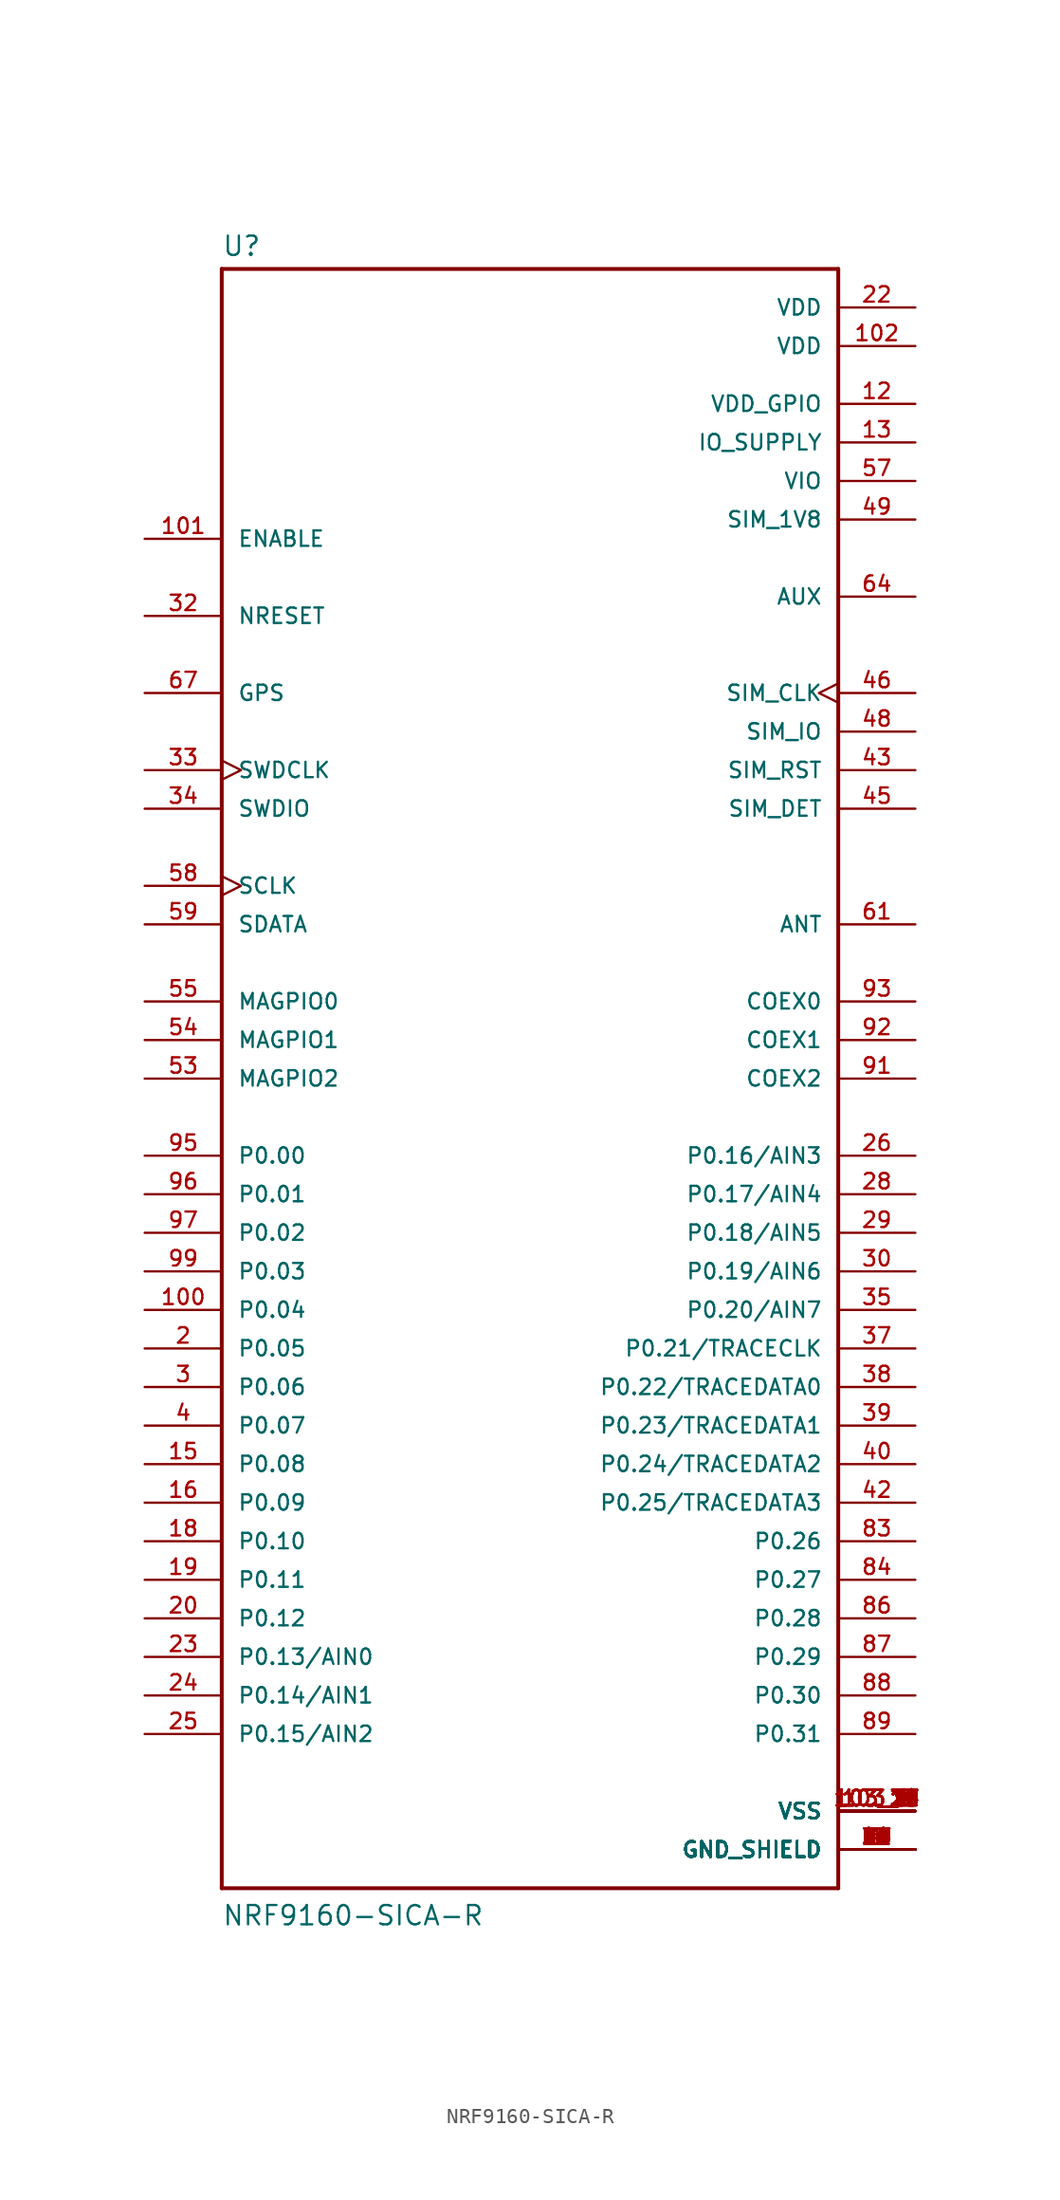
<source format=kicad_sym>
(kicad_symbol_lib
  (version 20201005)
  (generator kicad_symbol_editor)
  (symbol "NRF9160-SICA-R"
    (pin_names
      (offset 1.016))
    (property "Reference" "U"
      (at -20.32 54.102 0)
      (effects (font (size 1.27 1.27)) (justify left bottom)))
    (property "Value" "NRF9160-SICA-R"
      (at -20.32 -55.88 0)
      (effects (font (size 1.27 1.27)) (justify left bottom)))
    (property "ki_locked" ""
      (at 0 0 0)
      (effects (font (size 1.27 1.27))))
    (symbol "NRF9160-SICA-R_0_0"
      (polyline (pts (xy -20.32 -53.34) (xy -20.32 53.34)) (stroke (width 0.254)) (fill (type none)))
      (polyline (pts (xy -20.32 53.34) (xy 20.32 53.34)) (stroke (width 0.254)) (fill (type none)))
      (polyline (pts (xy 20.32 -53.34) (xy -20.32 -53.34)) (stroke (width 0.254)) (fill (type none)))
      (polyline (pts (xy 20.32 53.34) (xy 20.32 -53.34)) (stroke (width 0.254)) (fill (type none)))
      (pin power_in line (at 25.4 -50.8 180) (length 5.08) (name "GND_SHIELD" (effects (font (size 1.016 1.016)))) (number "1" (effects (font (size 1.016 1.016)))))
      (pin bidirectional line (at -25.4 -15.24 0) (length 5.08) (name "P0.04" (effects (font (size 1.016 1.016)))) (number "100" (effects (font (size 1.016 1.016)))))
      (pin input line (at -25.4 35.56 0) (length 5.08) (name "ENABLE" (effects (font (size 1.016 1.016)))) (number "101" (effects (font (size 1.016 1.016)))))
      (pin power_in line (at 25.4 48.26 180) (length 5.08) (name "VDD" (effects (font (size 1.016 1.016)))) (number "102" (effects (font (size 1.016 1.016)))))
      (pin power_in line (at 25.4 -48.26 180) (length 5.08) (name "VSS" (effects (font (size 1.016 1.016)))) (number "103_1" (effects (font (size 1.016 1.016)))))
      (pin power_in line (at 25.4 -48.26 180) (length 5.08) (name "VSS" (effects (font (size 1.016 1.016)))) (number "103_10" (effects (font (size 1.016 1.016)))))
      (pin power_in line (at 25.4 -48.26 180) (length 5.08) (name "VSS" (effects (font (size 1.016 1.016)))) (number "103_11" (effects (font (size 1.016 1.016)))))
      (pin power_in line (at 25.4 -48.26 180) (length 5.08) (name "VSS" (effects (font (size 1.016 1.016)))) (number "103_12" (effects (font (size 1.016 1.016)))))
      (pin power_in line (at 25.4 -48.26 180) (length 5.08) (name "VSS" (effects (font (size 1.016 1.016)))) (number "103_13" (effects (font (size 1.016 1.016)))))
      (pin power_in line (at 25.4 -48.26 180) (length 5.08) (name "VSS" (effects (font (size 1.016 1.016)))) (number "103_14" (effects (font (size 1.016 1.016)))))
      (pin power_in line (at 25.4 -48.26 180) (length 5.08) (name "VSS" (effects (font (size 1.016 1.016)))) (number "103_15" (effects (font (size 1.016 1.016)))))
      (pin power_in line (at 25.4 -48.26 180) (length 5.08) (name "VSS" (effects (font (size 1.016 1.016)))) (number "103_16" (effects (font (size 1.016 1.016)))))
      (pin power_in line (at 25.4 -48.26 180) (length 5.08) (name "VSS" (effects (font (size 1.016 1.016)))) (number "103_17" (effects (font (size 1.016 1.016)))))
      (pin power_in line (at 25.4 -48.26 180) (length 5.08) (name "VSS" (effects (font (size 1.016 1.016)))) (number "103_18" (effects (font (size 1.016 1.016)))))
      (pin power_in line (at 25.4 -48.26 180) (length 5.08) (name "VSS" (effects (font (size 1.016 1.016)))) (number "103_19" (effects (font (size 1.016 1.016)))))
      (pin power_in line (at 25.4 -48.26 180) (length 5.08) (name "VSS" (effects (font (size 1.016 1.016)))) (number "103_2" (effects (font (size 1.016 1.016)))))
      (pin power_in line (at 25.4 -48.26 180) (length 5.08) (name "VSS" (effects (font (size 1.016 1.016)))) (number "103_20" (effects (font (size 1.016 1.016)))))
      (pin power_in line (at 25.4 -48.26 180) (length 5.08) (name "VSS" (effects (font (size 1.016 1.016)))) (number "103_21" (effects (font (size 1.016 1.016)))))
      (pin power_in line (at 25.4 -48.26 180) (length 5.08) (name "VSS" (effects (font (size 1.016 1.016)))) (number "103_22" (effects (font (size 1.016 1.016)))))
      (pin power_in line (at 25.4 -48.26 180) (length 5.08) (name "VSS" (effects (font (size 1.016 1.016)))) (number "103_23" (effects (font (size 1.016 1.016)))))
      (pin power_in line (at 25.4 -48.26 180) (length 5.08) (name "VSS" (effects (font (size 1.016 1.016)))) (number "103_24" (effects (font (size 1.016 1.016)))))
      (pin power_in line (at 25.4 -48.26 180) (length 5.08) (name "VSS" (effects (font (size 1.016 1.016)))) (number "103_25" (effects (font (size 1.016 1.016)))))
      (pin power_in line (at 25.4 -48.26 180) (length 5.08) (name "VSS" (effects (font (size 1.016 1.016)))) (number "103_26" (effects (font (size 1.016 1.016)))))
      (pin power_in line (at 25.4 -48.26 180) (length 5.08) (name "VSS" (effects (font (size 1.016 1.016)))) (number "103_27" (effects (font (size 1.016 1.016)))))
      (pin power_in line (at 25.4 -48.26 180) (length 5.08) (name "VSS" (effects (font (size 1.016 1.016)))) (number "103_28" (effects (font (size 1.016 1.016)))))
      (pin power_in line (at 25.4 -48.26 180) (length 5.08) (name "VSS" (effects (font (size 1.016 1.016)))) (number "103_29" (effects (font (size 1.016 1.016)))))
      (pin power_in line (at 25.4 -48.26 180) (length 5.08) (name "VSS" (effects (font (size 1.016 1.016)))) (number "103_3" (effects (font (size 1.016 1.016)))))
      (pin power_in line (at 25.4 -48.26 180) (length 5.08) (name "VSS" (effects (font (size 1.016 1.016)))) (number "103_30" (effects (font (size 1.016 1.016)))))
      (pin power_in line (at 25.4 -48.26 180) (length 5.08) (name "VSS" (effects (font (size 1.016 1.016)))) (number "103_31" (effects (font (size 1.016 1.016)))))
      (pin power_in line (at 25.4 -48.26 180) (length 5.08) (name "VSS" (effects (font (size 1.016 1.016)))) (number "103_32" (effects (font (size 1.016 1.016)))))
      (pin power_in line (at 25.4 -48.26 180) (length 5.08) (name "VSS" (effects (font (size 1.016 1.016)))) (number "103_33" (effects (font (size 1.016 1.016)))))
      (pin power_in line (at 25.4 -48.26 180) (length 5.08) (name "VSS" (effects (font (size 1.016 1.016)))) (number "103_34" (effects (font (size 1.016 1.016)))))
      (pin power_in line (at 25.4 -48.26 180) (length 5.08) (name "VSS" (effects (font (size 1.016 1.016)))) (number "103_35" (effects (font (size 1.016 1.016)))))
      (pin power_in line (at 25.4 -48.26 180) (length 5.08) (name "VSS" (effects (font (size 1.016 1.016)))) (number "103_4" (effects (font (size 1.016 1.016)))))
      (pin power_in line (at 25.4 -48.26 180) (length 5.08) (name "VSS" (effects (font (size 1.016 1.016)))) (number "103_5" (effects (font (size 1.016 1.016)))))
      (pin power_in line (at 25.4 -48.26 180) (length 5.08) (name "VSS" (effects (font (size 1.016 1.016)))) (number "103_6" (effects (font (size 1.016 1.016)))))
      (pin power_in line (at 25.4 -48.26 180) (length 5.08) (name "VSS" (effects (font (size 1.016 1.016)))) (number "103_7" (effects (font (size 1.016 1.016)))))
      (pin power_in line (at 25.4 -48.26 180) (length 5.08) (name "VSS" (effects (font (size 1.016 1.016)))) (number "103_8" (effects (font (size 1.016 1.016)))))
      (pin power_in line (at 25.4 -48.26 180) (length 5.08) (name "VSS" (effects (font (size 1.016 1.016)))) (number "103_9" (effects (font (size 1.016 1.016)))))
      (pin power_in line (at 25.4 44.45 180) (length 5.08) (name "VDD_GPIO" (effects (font (size 1.016 1.016)))) (number "12" (effects (font (size 1.016 1.016)))))
      (pin power_in line (at 25.4 41.91 180) (length 5.08) (name "IO_SUPPLY" (effects (font (size 1.016 1.016)))) (number "13" (effects (font (size 1.016 1.016)))))
      (pin power_in line (at 25.4 -50.8 180) (length 5.08) (name "GND_SHIELD" (effects (font (size 1.016 1.016)))) (number "14" (effects (font (size 1.016 1.016)))))
      (pin bidirectional line (at -25.4 -25.4 0) (length 5.08) (name "P0.08" (effects (font (size 1.016 1.016)))) (number "15" (effects (font (size 1.016 1.016)))))
      (pin bidirectional line (at -25.4 -27.94 0) (length 5.08) (name "P0.09" (effects (font (size 1.016 1.016)))) (number "16" (effects (font (size 1.016 1.016)))))
      (pin power_in line (at 25.4 -50.8 180) (length 5.08) (name "GND_SHIELD" (effects (font (size 1.016 1.016)))) (number "17" (effects (font (size 1.016 1.016)))))
      (pin bidirectional line (at -25.4 -30.48 0) (length 5.08) (name "P0.10" (effects (font (size 1.016 1.016)))) (number "18" (effects (font (size 1.016 1.016)))))
      (pin bidirectional line (at -25.4 -33.02 0) (length 5.08) (name "P0.11" (effects (font (size 1.016 1.016)))) (number "19" (effects (font (size 1.016 1.016)))))
      (pin bidirectional line (at -25.4 -17.78 0) (length 5.08) (name "P0.05" (effects (font (size 1.016 1.016)))) (number "2" (effects (font (size 1.016 1.016)))))
      (pin bidirectional line (at -25.4 -35.56 0) (length 5.08) (name "P0.12" (effects (font (size 1.016 1.016)))) (number "20" (effects (font (size 1.016 1.016)))))
      (pin power_in line (at 25.4 -50.8 180) (length 5.08) (name "GND_SHIELD" (effects (font (size 1.016 1.016)))) (number "21" (effects (font (size 1.016 1.016)))))
      (pin power_in line (at 25.4 50.8 180) (length 5.08) (name "VDD" (effects (font (size 1.016 1.016)))) (number "22" (effects (font (size 1.016 1.016)))))
      (pin bidirectional line (at -25.4 -38.1 0) (length 5.08) (name "P0.13/AIN0" (effects (font (size 1.016 1.016)))) (number "23" (effects (font (size 1.016 1.016)))))
      (pin bidirectional line (at -25.4 -40.64 0) (length 5.08) (name "P0.14/AIN1" (effects (font (size 1.016 1.016)))) (number "24" (effects (font (size 1.016 1.016)))))
      (pin bidirectional line (at -25.4 -43.18 0) (length 5.08) (name "P0.15/AIN2" (effects (font (size 1.016 1.016)))) (number "25" (effects (font (size 1.016 1.016)))))
      (pin bidirectional line (at 25.4 -5.08 180) (length 5.08) (name "P0.16/AIN3" (effects (font (size 1.016 1.016)))) (number "26" (effects (font (size 1.016 1.016)))))
      (pin power_in line (at 25.4 -50.8 180) (length 5.08) (name "GND_SHIELD" (effects (font (size 1.016 1.016)))) (number "27" (effects (font (size 1.016 1.016)))))
      (pin bidirectional line (at 25.4 -7.62 180) (length 5.08) (name "P0.17/AIN4" (effects (font (size 1.016 1.016)))) (number "28" (effects (font (size 1.016 1.016)))))
      (pin bidirectional line (at 25.4 -10.16 180) (length 5.08) (name "P0.18/AIN5" (effects (font (size 1.016 1.016)))) (number "29" (effects (font (size 1.016 1.016)))))
      (pin bidirectional line (at -25.4 -20.32 0) (length 5.08) (name "P0.06" (effects (font (size 1.016 1.016)))) (number "3" (effects (font (size 1.016 1.016)))))
      (pin bidirectional line (at 25.4 -12.7 180) (length 5.08) (name "P0.19/AIN6" (effects (font (size 1.016 1.016)))) (number "30" (effects (font (size 1.016 1.016)))))
      (pin power_in line (at 25.4 -50.8 180) (length 5.08) (name "GND_SHIELD" (effects (font (size 1.016 1.016)))) (number "31" (effects (font (size 1.016 1.016)))))
      (pin input line (at -25.4 30.48 0) (length 5.08) (name "NRESET" (effects (font (size 1.016 1.016)))) (number "32" (effects (font (size 1.016 1.016)))))
      (pin input clock (at -25.4 20.32 0) (length 5.08) (name "SWDCLK" (effects (font (size 1.016 1.016)))) (number "33" (effects (font (size 1.016 1.016)))))
      (pin bidirectional line (at -25.4 17.78 0) (length 5.08) (name "SWDIO" (effects (font (size 1.016 1.016)))) (number "34" (effects (font (size 1.016 1.016)))))
      (pin bidirectional line (at 25.4 -15.24 180) (length 5.08) (name "P0.20/AIN7" (effects (font (size 1.016 1.016)))) (number "35" (effects (font (size 1.016 1.016)))))
      (pin power_in line (at 25.4 -50.8 180) (length 5.08) (name "GND_SHIELD" (effects (font (size 1.016 1.016)))) (number "36" (effects (font (size 1.016 1.016)))))
      (pin bidirectional line (at 25.4 -17.78 180) (length 5.08) (name "P0.21/TRACECLK" (effects (font (size 1.016 1.016)))) (number "37" (effects (font (size 1.016 1.016)))))
      (pin bidirectional line (at 25.4 -20.32 180) (length 5.08) (name "P0.22/TRACEDATA0" (effects (font (size 1.016 1.016)))) (number "38" (effects (font (size 1.016 1.016)))))
      (pin bidirectional line (at 25.4 -22.86 180) (length 5.08) (name "P0.23/TRACEDATA1" (effects (font (size 1.016 1.016)))) (number "39" (effects (font (size 1.016 1.016)))))
      (pin bidirectional line (at -25.4 -22.86 0) (length 5.08) (name "P0.07" (effects (font (size 1.016 1.016)))) (number "4" (effects (font (size 1.016 1.016)))))
      (pin bidirectional line (at 25.4 -25.4 180) (length 5.08) (name "P0.24/TRACEDATA2" (effects (font (size 1.016 1.016)))) (number "40" (effects (font (size 1.016 1.016)))))
      (pin power_in line (at 25.4 -50.8 180) (length 5.08) (name "GND_SHIELD" (effects (font (size 1.016 1.016)))) (number "41" (effects (font (size 1.016 1.016)))))
      (pin bidirectional line (at 25.4 -27.94 180) (length 5.08) (name "P0.25/TRACEDATA3" (effects (font (size 1.016 1.016)))) (number "42" (effects (font (size 1.016 1.016)))))
      (pin bidirectional line (at 25.4 20.32 180) (length 5.08) (name "SIM_RST" (effects (font (size 1.016 1.016)))) (number "43" (effects (font (size 1.016 1.016)))))
      (pin power_in line (at 25.4 -50.8 180) (length 5.08) (name "GND_SHIELD" (effects (font (size 1.016 1.016)))) (number "44" (effects (font (size 1.016 1.016)))))
      (pin bidirectional line (at 25.4 17.78 180) (length 5.08) (name "SIM_DET" (effects (font (size 1.016 1.016)))) (number "45" (effects (font (size 1.016 1.016)))))
      (pin bidirectional clock (at 25.4 25.4 180) (length 5.08) (name "SIM_CLK" (effects (font (size 1.016 1.016)))) (number "46" (effects (font (size 1.016 1.016)))))
      (pin power_in line (at 25.4 -50.8 180) (length 5.08) (name "GND_SHIELD" (effects (font (size 1.016 1.016)))) (number "47" (effects (font (size 1.016 1.016)))))
      (pin bidirectional line (at 25.4 22.86 180) (length 5.08) (name "SIM_IO" (effects (font (size 1.016 1.016)))) (number "48" (effects (font (size 1.016 1.016)))))
      (pin power_in line (at 25.4 36.83 180) (length 5.08) (name "SIM_1V8" (effects (font (size 1.016 1.016)))) (number "49" (effects (font (size 1.016 1.016)))))
      (pin power_in line (at 25.4 -50.8 180) (length 5.08) (name "GND_SHIELD" (effects (font (size 1.016 1.016)))) (number "5" (effects (font (size 1.016 1.016)))))
      (pin power_in line (at 25.4 -50.8 180) (length 5.08) (name "GND_SHIELD" (effects (font (size 1.016 1.016)))) (number "50" (effects (font (size 1.016 1.016)))))
      (pin power_in line (at 25.4 -50.8 180) (length 5.08) (name "GND_SHIELD" (effects (font (size 1.016 1.016)))) (number "52" (effects (font (size 1.016 1.016)))))
      (pin bidirectional line (at -25.4 0 0) (length 5.08) (name "MAGPIO2" (effects (font (size 1.016 1.016)))) (number "53" (effects (font (size 1.016 1.016)))))
      (pin bidirectional line (at -25.4 2.54 0) (length 5.08) (name "MAGPIO1" (effects (font (size 1.016 1.016)))) (number "54" (effects (font (size 1.016 1.016)))))
      (pin bidirectional line (at -25.4 5.08 0) (length 5.08) (name "MAGPIO0" (effects (font (size 1.016 1.016)))) (number "55" (effects (font (size 1.016 1.016)))))
      (pin power_in line (at 25.4 -50.8 180) (length 5.08) (name "GND_SHIELD" (effects (font (size 1.016 1.016)))) (number "56" (effects (font (size 1.016 1.016)))))
      (pin power_in line (at 25.4 39.37 180) (length 5.08) (name "VIO" (effects (font (size 1.016 1.016)))) (number "57" (effects (font (size 1.016 1.016)))))
      (pin bidirectional clock (at -25.4 12.7 0) (length 5.08) (name "SCLK" (effects (font (size 1.016 1.016)))) (number "58" (effects (font (size 1.016 1.016)))))
      (pin bidirectional line (at -25.4 10.16 0) (length 5.08) (name "SDATA" (effects (font (size 1.016 1.016)))) (number "59" (effects (font (size 1.016 1.016)))))
      (pin power_in line (at 25.4 -50.8 180) (length 5.08) (name "GND_SHIELD" (effects (font (size 1.016 1.016)))) (number "60" (effects (font (size 1.016 1.016)))))
      (pin bidirectional line (at 25.4 10.16 180) (length 5.08) (name "ANT" (effects (font (size 1.016 1.016)))) (number "61" (effects (font (size 1.016 1.016)))))
      (pin power_in line (at 25.4 -50.8 180) (length 5.08) (name "GND_SHIELD" (effects (font (size 1.016 1.016)))) (number "62" (effects (font (size 1.016 1.016)))))
      (pin power_in line (at 25.4 -50.8 180) (length 5.08) (name "GND_SHIELD" (effects (font (size 1.016 1.016)))) (number "63" (effects (font (size 1.016 1.016)))))
      (pin output line (at 25.4 31.75 180) (length 5.08) (name "AUX" (effects (font (size 1.016 1.016)))) (number "64" (effects (font (size 1.016 1.016)))))
      (pin power_in line (at 25.4 -50.8 180) (length 5.08) (name "GND_SHIELD" (effects (font (size 1.016 1.016)))) (number "65" (effects (font (size 1.016 1.016)))))
      (pin power_in line (at 25.4 -50.8 180) (length 5.08) (name "GND_SHIELD" (effects (font (size 1.016 1.016)))) (number "66" (effects (font (size 1.016 1.016)))))
      (pin input line (at -25.4 25.4 0) (length 5.08) (name "GPS" (effects (font (size 1.016 1.016)))) (number "67" (effects (font (size 1.016 1.016)))))
      (pin power_in line (at 25.4 -50.8 180) (length 5.08) (name "GND_SHIELD" (effects (font (size 1.016 1.016)))) (number "72" (effects (font (size 1.016 1.016)))))
      (pin power_in line (at 25.4 -50.8 180) (length 5.08) (name "GND_SHIELD" (effects (font (size 1.016 1.016)))) (number "74" (effects (font (size 1.016 1.016)))))
      (pin power_in line (at 25.4 -50.8 180) (length 5.08) (name "GND_SHIELD" (effects (font (size 1.016 1.016)))) (number "75" (effects (font (size 1.016 1.016)))))
      (pin power_in line (at 25.4 -50.8 180) (length 5.08) (name "GND_SHIELD" (effects (font (size 1.016 1.016)))) (number "76" (effects (font (size 1.016 1.016)))))
      (pin power_in line (at 25.4 -50.8 180) (length 5.08) (name "GND_SHIELD" (effects (font (size 1.016 1.016)))) (number "77" (effects (font (size 1.016 1.016)))))
      (pin power_in line (at 25.4 -50.8 180) (length 5.08) (name "GND_SHIELD" (effects (font (size 1.016 1.016)))) (number "78" (effects (font (size 1.016 1.016)))))
      (pin power_in line (at 25.4 -50.8 180) (length 5.08) (name "GND_SHIELD" (effects (font (size 1.016 1.016)))) (number "79" (effects (font (size 1.016 1.016)))))
      (pin power_in line (at 25.4 -50.8 180) (length 5.08) (name "GND_SHIELD" (effects (font (size 1.016 1.016)))) (number "80" (effects (font (size 1.016 1.016)))))
      (pin power_in line (at 25.4 -50.8 180) (length 5.08) (name "GND_SHIELD" (effects (font (size 1.016 1.016)))) (number "81" (effects (font (size 1.016 1.016)))))
      (pin power_in line (at 25.4 -50.8 180) (length 5.08) (name "GND_SHIELD" (effects (font (size 1.016 1.016)))) (number "82" (effects (font (size 1.016 1.016)))))
      (pin bidirectional line (at 25.4 -30.48 180) (length 5.08) (name "P0.26" (effects (font (size 1.016 1.016)))) (number "83" (effects (font (size 1.016 1.016)))))
      (pin bidirectional line (at 25.4 -33.02 180) (length 5.08) (name "P0.27" (effects (font (size 1.016 1.016)))) (number "84" (effects (font (size 1.016 1.016)))))
      (pin power_in line (at 25.4 -50.8 180) (length 5.08) (name "GND_SHIELD" (effects (font (size 1.016 1.016)))) (number "85" (effects (font (size 1.016 1.016)))))
      (pin bidirectional line (at 25.4 -35.56 180) (length 5.08) (name "P0.28" (effects (font (size 1.016 1.016)))) (number "86" (effects (font (size 1.016 1.016)))))
      (pin bidirectional line (at 25.4 -38.1 180) (length 5.08) (name "P0.29" (effects (font (size 1.016 1.016)))) (number "87" (effects (font (size 1.016 1.016)))))
      (pin bidirectional line (at 25.4 -40.64 180) (length 5.08) (name "P0.30" (effects (font (size 1.016 1.016)))) (number "88" (effects (font (size 1.016 1.016)))))
      (pin bidirectional line (at 25.4 -43.18 180) (length 5.08) (name "P0.31" (effects (font (size 1.016 1.016)))) (number "89" (effects (font (size 1.016 1.016)))))
      (pin power_in line (at 25.4 -50.8 180) (length 5.08) (name "GND_SHIELD" (effects (font (size 1.016 1.016)))) (number "9" (effects (font (size 1.016 1.016)))))
      (pin power_in line (at 25.4 -50.8 180) (length 5.08) (name "GND_SHIELD" (effects (font (size 1.016 1.016)))) (number "90" (effects (font (size 1.016 1.016)))))
      (pin bidirectional line (at 25.4 0 180) (length 5.08) (name "COEX2" (effects (font (size 1.016 1.016)))) (number "91" (effects (font (size 1.016 1.016)))))
      (pin bidirectional line (at 25.4 2.54 180) (length 5.08) (name "COEX1" (effects (font (size 1.016 1.016)))) (number "92" (effects (font (size 1.016 1.016)))))
      (pin bidirectional line (at 25.4 5.08 180) (length 5.08) (name "COEX0" (effects (font (size 1.016 1.016)))) (number "93" (effects (font (size 1.016 1.016)))))
      (pin power_in line (at 25.4 -50.8 180) (length 5.08) (name "GND_SHIELD" (effects (font (size 1.016 1.016)))) (number "94" (effects (font (size 1.016 1.016)))))
      (pin bidirectional line (at -25.4 -5.08 0) (length 5.08) (name "P0.00" (effects (font (size 1.016 1.016)))) (number "95" (effects (font (size 1.016 1.016)))))
      (pin bidirectional line (at -25.4 -7.62 0) (length 5.08) (name "P0.01" (effects (font (size 1.016 1.016)))) (number "96" (effects (font (size 1.016 1.016)))))
      (pin bidirectional line (at -25.4 -10.16 0) (length 5.08) (name "P0.02" (effects (font (size 1.016 1.016)))) (number "97" (effects (font (size 1.016 1.016)))))
      (pin power_in line (at 25.4 -50.8 180) (length 5.08) (name "GND_SHIELD" (effects (font (size 1.016 1.016)))) (number "98" (effects (font (size 1.016 1.016)))))
      (pin bidirectional line (at -25.4 -12.7 0) (length 5.08) (name "P0.03" (effects (font (size 1.016 1.016)))) (number "99" (effects (font (size 1.016 1.016))))))))
</source>
